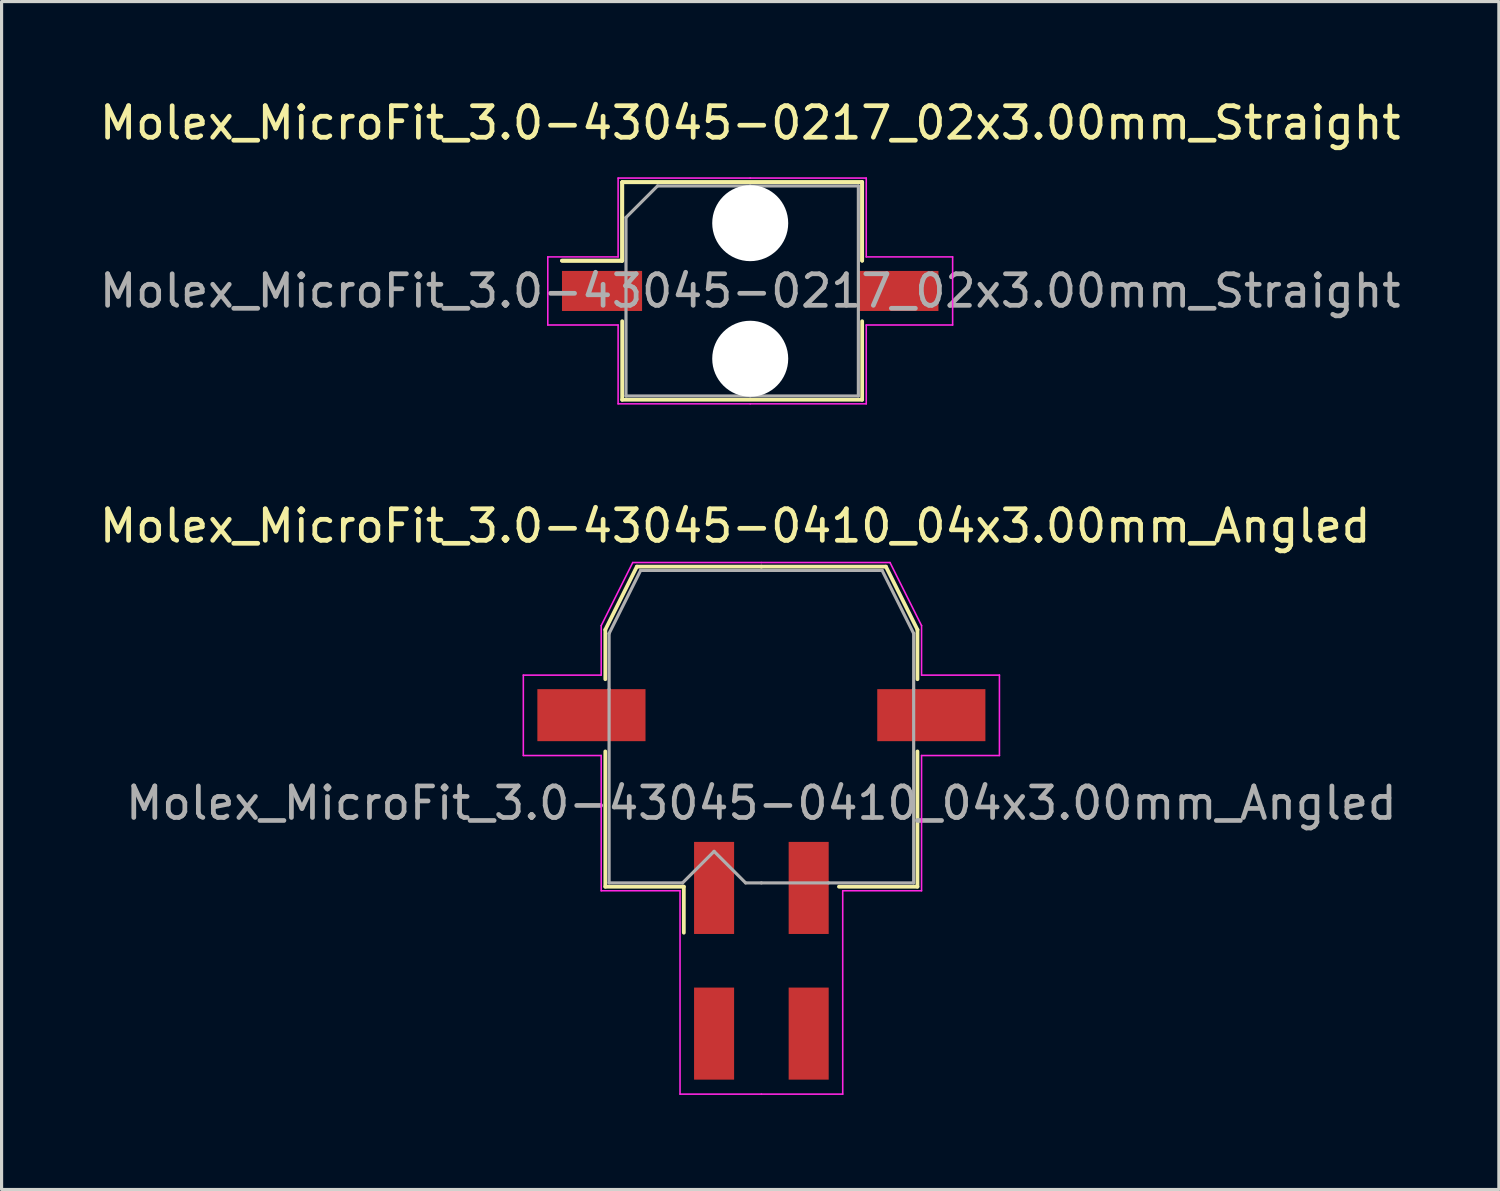
<source format=kicad_pcb>
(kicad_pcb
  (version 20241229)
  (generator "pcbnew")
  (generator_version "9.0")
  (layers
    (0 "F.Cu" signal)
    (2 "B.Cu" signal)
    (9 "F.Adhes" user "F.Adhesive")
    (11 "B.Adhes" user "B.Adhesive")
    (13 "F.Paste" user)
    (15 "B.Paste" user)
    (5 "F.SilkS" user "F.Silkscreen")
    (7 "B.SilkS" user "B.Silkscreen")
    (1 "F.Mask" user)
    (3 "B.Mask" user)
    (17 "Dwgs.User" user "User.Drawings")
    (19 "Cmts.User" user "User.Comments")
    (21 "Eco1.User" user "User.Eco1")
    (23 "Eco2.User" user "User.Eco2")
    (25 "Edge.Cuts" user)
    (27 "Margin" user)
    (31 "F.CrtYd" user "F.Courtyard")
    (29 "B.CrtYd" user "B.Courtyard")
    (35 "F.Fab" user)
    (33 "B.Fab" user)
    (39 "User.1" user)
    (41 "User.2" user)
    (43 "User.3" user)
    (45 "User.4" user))
  (footprint "Molex_MicroFit_3.0-43045-0410_04x3.00mm_Angled"
    (layer "F.Cu")
    (at 21.098 27.422)
    (property "Reference" "Molex_MicroFit_3.0-43045-0410_04x3.00mm_Angled" (at -0.83 -13.79 0) (layer "F.SilkS") (effects (font (size 1 1) (thickness 0.15))))
    (attr smd)
    (fp_line (start -4.95 -10.5) (end -4.95 -8.93) (stroke (width 0.12) (type solid)) (layer "F.SilkS"))
    (fp_line (start -4.95 -6.64) (end -4.95 -2.35) (stroke (width 0.12) (type solid)) (layer "F.SilkS"))
    (fp_line (start -4.95 -2.35) (end -2.46 -2.35) (stroke (width 0.12) (type solid)) (layer "F.SilkS"))
    (fp_line (start -3.95 -12.5) (end -4.95 -10.5) (stroke (width 0.12) (type solid)) (layer "F.SilkS"))
    (fp_line (start -2.46 -2.35) (end -2.46 -0.89) (stroke (width 0.12) (type solid)) (layer "F.SilkS"))
    (fp_line (start 0 -12.5) (end -3.95 -12.5) (stroke (width 0.12) (type solid)) (layer "F.SilkS"))
    (fp_line (start 0 -12.5) (end 3.95 -12.5) (stroke (width 0.12) (type solid)) (layer "F.SilkS"))
    (fp_line (start 3.95 -12.5) (end 4.95 -10.5) (stroke (width 0.12) (type solid)) (layer "F.SilkS"))
    (fp_line (start 4.95 -10.5) (end 4.95 -8.93) (stroke (width 0.12) (type solid)) (layer "F.SilkS"))
    (fp_line (start 4.95 -6.64) (end 4.95 -2.35) (stroke (width 0.12) (type solid)) (layer "F.SilkS"))
    (fp_line (start 4.95 -2.35) (end 2.46 -2.35) (stroke (width 0.12) (type solid)) (layer "F.SilkS"))
    (fp_line (start -7.55 -9.06) (end -7.55 -6.51) (stroke (width 0.05) (type solid)) (layer "F.CrtYd"))
    (fp_line (start -7.55 -6.51) (end -5.08 -6.51) (stroke (width 0.05) (type solid)) (layer "F.CrtYd"))
    (fp_line (start -5.08 -10.63) (end -5.08 -9.06) (stroke (width 0.05) (type solid)) (layer "F.CrtYd"))
    (fp_line (start -5.08 -9.06) (end -7.55 -9.06) (stroke (width 0.05) (type solid)) (layer "F.CrtYd"))
    (fp_line (start -5.08 -6.51) (end -5.08 -2.22) (stroke (width 0.05) (type solid)) (layer "F.CrtYd"))
    (fp_line (start -5.08 -2.22) (end -2.58 -2.22) (stroke (width 0.05) (type solid)) (layer "F.CrtYd"))
    (fp_line (start -4.08 -12.63) (end -5.08 -10.63) (stroke (width 0.05) (type solid)) (layer "F.CrtYd"))
    (fp_line (start -2.58 -2.22) (end -2.58 4.23) (stroke (width 0.05) (type solid)) (layer "F.CrtYd"))
    (fp_line (start -2.58 4.23) (end 0 4.23) (stroke (width 0.05) (type solid)) (layer "F.CrtYd"))
    (fp_line (start 0 -12.63) (end -4.08 -12.63) (stroke (width 0.05) (type solid)) (layer "F.CrtYd"))
    (fp_line (start 0 -12.63) (end 4.08 -12.63) (stroke (width 0.05) (type solid)) (layer "F.CrtYd"))
    (fp_line (start 2.58 -2.22) (end 2.58 4.23) (stroke (width 0.05) (type solid)) (layer "F.CrtYd"))
    (fp_line (start 2.58 4.23) (end 0 4.23) (stroke (width 0.05) (type solid)) (layer "F.CrtYd"))
    (fp_line (start 4.08 -12.63) (end 5.08 -10.63) (stroke (width 0.05) (type solid)) (layer "F.CrtYd"))
    (fp_line (start 5.08 -10.63) (end 5.08 -9.06) (stroke (width 0.05) (type solid)) (layer "F.CrtYd"))
    (fp_line (start 5.08 -9.06) (end 7.55 -9.06) (stroke (width 0.05) (type solid)) (layer "F.CrtYd"))
    (fp_line (start 5.08 -6.51) (end 5.08 -2.22) (stroke (width 0.05) (type solid)) (layer "F.CrtYd"))
    (fp_line (start 5.08 -2.22) (end 2.58 -2.22) (stroke (width 0.05) (type solid)) (layer "F.CrtYd"))
    (fp_line (start 7.55 -9.06) (end 7.55 -6.51) (stroke (width 0.05) (type solid)) (layer "F.CrtYd"))
    (fp_line (start 7.55 -6.51) (end 5.08 -6.51) (stroke (width 0.05) (type solid)) (layer "F.CrtYd"))
    (fp_line (start -4.83 -10.38) (end -4.83 -8.61) (stroke (width 0.1) (type solid)) (layer "F.Fab"))
    (fp_line (start -4.83 -8.61) (end -4.83 -2.47) (stroke (width 0.1) (type solid)) (layer "F.Fab"))
    (fp_line (start -4.83 -2.47) (end -2.5 -2.47) (stroke (width 0.1) (type solid)) (layer "F.Fab"))
    (fp_line (start -3.83 -12.38) (end -4.83 -10.38) (stroke (width 0.1) (type solid)) (layer "F.Fab"))
    (fp_line (start -2.5 -2.47) (end -1.5 -3.47) (stroke (width 0.1) (type solid)) (layer "F.Fab"))
    (fp_line (start -1.5 -3.47) (end -0.5 -2.47) (stroke (width 0.1) (type solid)) (layer "F.Fab"))
    (fp_line (start -0.5 -2.47) (end 0 -2.47) (stroke (width 0.1) (type solid)) (layer "F.Fab"))
    (fp_line (start 0 -12.38) (end -3.83 -12.38) (stroke (width 0.1) (type solid)) (layer "F.Fab"))
    (fp_line (start 0 -12.38) (end 3.83 -12.38) (stroke (width 0.1) (type solid)) (layer "F.Fab"))
    (fp_line (start 2.13 -2.47) (end 0 -2.47) (stroke (width 0.1) (type solid)) (layer "F.Fab"))
    (fp_line (start 3.83 -12.38) (end 4.83 -10.38) (stroke (width 0.1) (type solid)) (layer "F.Fab"))
    (fp_line (start 4.83 -10.38) (end 4.83 -8.61) (stroke (width 0.1) (type solid)) (layer "F.Fab"))
    (fp_line (start 4.83 -8.61) (end 4.83 -2.47) (stroke (width 0.1) (type solid)) (layer "F.Fab"))
    (fp_line (start 4.83 -2.47) (end 2.13 -2.47) (stroke (width 0.1) (type solid)) (layer "F.Fab"))
    (fp_text user "${REFERENCE}" (at 0 -5 0) (layer "F.Fab") (effects (font (size 1 1) (thickness 0.15))))
    (pad "" smd rect (at -5.39 -7.79) (size 3.43 1.65) (layers "F.Cu" "F.Mask" "F.Paste"))
    (pad "" smd rect (at 5.39 -7.79) (size 3.43 1.65) (layers "F.Cu" "F.Mask" "F.Paste"))
    (pad "1" smd rect (at -1.5 -2.31) (size 1.27 2.92) (layers "F.Cu" "F.Mask" "F.Paste"))
    (pad "2" smd rect (at 1.5 -2.31) (size 1.27 2.92) (layers "F.Cu" "F.Mask" "F.Paste"))
    (pad "3" smd rect (at 1.5 2.31) (size 1.27 2.92) (layers "F.Cu" "F.Mask" "F.Paste"))
    (pad "4" smd rect (at -1.5 2.31) (size 1.27 2.92) (layers "F.Cu" "F.Mask" "F.Paste")))
  (footprint "Molex_MicroFit_3.0-43045-0217_02x3.00mm_Straight"
    (layer "F.Cu")
    (at 20.744 6.178)
    (property "Reference" "Molex_MicroFit_3.0-43045-0217_02x3.00mm_Straight" (at 0 -5.33 0) (layer "F.SilkS") (effects (font (size 1 1) (thickness 0.15))))
    (attr smd)
    (fp_line (start -5.97 -0.96) (end -4.06 -0.96) (stroke (width 0.12) (type solid)) (layer "F.SilkS"))
    (fp_line (start -5.97 -0.96) (end -4.06 -0.96) (stroke (width 0.12) (type solid)) (layer "F.SilkS"))
    (fp_line (start -4.06 -3.45) (end 3.55 -3.45) (stroke (width 0.12) (type solid)) (layer "F.SilkS"))
    (fp_line (start -4.06 -3.45) (end 3.55 -3.45) (stroke (width 0.12) (type solid)) (layer "F.SilkS"))
    (fp_line (start -4.06 -0.96) (end -4.06 -3.45) (stroke (width 0.12) (type solid)) (layer "F.SilkS"))
    (fp_line (start -4.06 -0.96) (end -4.06 -3.45) (stroke (width 0.12) (type solid)) (layer "F.SilkS"))
    (fp_line (start -4.06 3.45) (end -4.06 0.96) (stroke (width 0.12) (type solid)) (layer "F.SilkS"))
    (fp_line (start 3.55 -3.45) (end 3.55 -0.96) (stroke (width 0.12) (type solid)) (layer "F.SilkS"))
    (fp_line (start 3.55 -3.45) (end 3.55 -0.96) (stroke (width 0.12) (type solid)) (layer "F.SilkS"))
    (fp_line (start 3.55 0.96) (end 3.55 3.45) (stroke (width 0.12) (type solid)) (layer "F.SilkS"))
    (fp_line (start 3.55 3.45) (end -4.06 3.45) (stroke (width 0.12) (type solid)) (layer "F.SilkS"))
    (fp_line (start -6.42 -1.08) (end -4.19 -1.08) (stroke (width 0.05) (type solid)) (layer "F.CrtYd"))
    (fp_line (start -6.42 1.08) (end -6.42 -1.08) (stroke (width 0.05) (type solid)) (layer "F.CrtYd"))
    (fp_line (start -4.19 -3.58) (end 0 -3.58) (stroke (width 0.05) (type solid)) (layer "F.CrtYd"))
    (fp_line (start -4.19 -1.08) (end -4.19 -3.58) (stroke (width 0.05) (type solid)) (layer "F.CrtYd"))
    (fp_line (start -4.19 1.08) (end -6.42 1.08) (stroke (width 0.05) (type solid)) (layer "F.CrtYd"))
    (fp_line (start -4.19 3.58) (end -4.19 1.08) (stroke (width 0.05) (type solid)) (layer "F.CrtYd"))
    (fp_line (start 0 -3.58) (end 3.68 -3.58) (stroke (width 0.05) (type solid)) (layer "F.CrtYd"))
    (fp_line (start 0 3.58) (end -4.19 3.58) (stroke (width 0.05) (type solid)) (layer "F.CrtYd"))
    (fp_line (start 3.68 -3.58) (end 3.68 -1.08) (stroke (width 0.05) (type solid)) (layer "F.CrtYd"))
    (fp_line (start 3.68 -1.08) (end 6.42 -1.08) (stroke (width 0.05) (type solid)) (layer "F.CrtYd"))
    (fp_line (start 3.68 1.08) (end 3.68 3.58) (stroke (width 0.05) (type solid)) (layer "F.CrtYd"))
    (fp_line (start 3.68 3.58) (end 0 3.58) (stroke (width 0.05) (type solid)) (layer "F.CrtYd"))
    (fp_line (start 6.42 -1.08) (end 6.42 1.08) (stroke (width 0.05) (type solid)) (layer "F.CrtYd"))
    (fp_line (start 6.42 1.08) (end 3.68 1.08) (stroke (width 0.05) (type solid)) (layer "F.CrtYd"))
    (fp_line (start -3.94 -2.33) (end -2.94 -3.33) (stroke (width 0.1) (type solid)) (layer "F.Fab"))
    (fp_line (start -3.94 3.33) (end -3.94 -2.33) (stroke (width 0.1) (type solid)) (layer "F.Fab"))
    (fp_line (start -2.94 -3.33) (end 0 -3.33) (stroke (width 0.1) (type solid)) (layer "F.Fab"))
    (fp_line (start 0 -3.33) (end 3.43 -3.33) (stroke (width 0.1) (type solid)) (layer "F.Fab"))
    (fp_line (start 0 3.33) (end -3.94 3.33) (stroke (width 0.1) (type solid)) (layer "F.Fab"))
    (fp_line (start 3.43 -3.33) (end 3.43 3.33) (stroke (width 0.1) (type solid)) (layer "F.Fab"))
    (fp_line (start 3.43 3.33) (end 0 3.33) (stroke (width 0.1) (type solid)) (layer "F.Fab"))
    (fp_text user "${REFERENCE}" (at 0 0 0) (layer "F.Fab") (effects (font (size 1 1) (thickness 0.15))))
    (pad "" np_thru_hole circle (at 0 -2.15) (size 2.41 2.41) (drill 2.41) (layers "*.Cu"))
    (pad "" np_thru_hole circle (at 0 2.15) (size 2.41 2.41) (drill 2.41) (layers "*.Cu"))
    (pad "1" smd rect (at -4.7 0) (size 2.54 1.27) (layers "F.Cu" "F.Mask" "F.Paste"))
    (pad "2" smd rect (at 4.7 0) (size 2.54 1.27) (layers "F.Cu" "F.Mask" "F.Paste")))
  (gr_rect
    (start -3 -3)
    (end 44.488 34.676)
    (stroke (width 0.1) (type default))
    (fill no)
    (layer "Edge.Cuts")))
</source>
